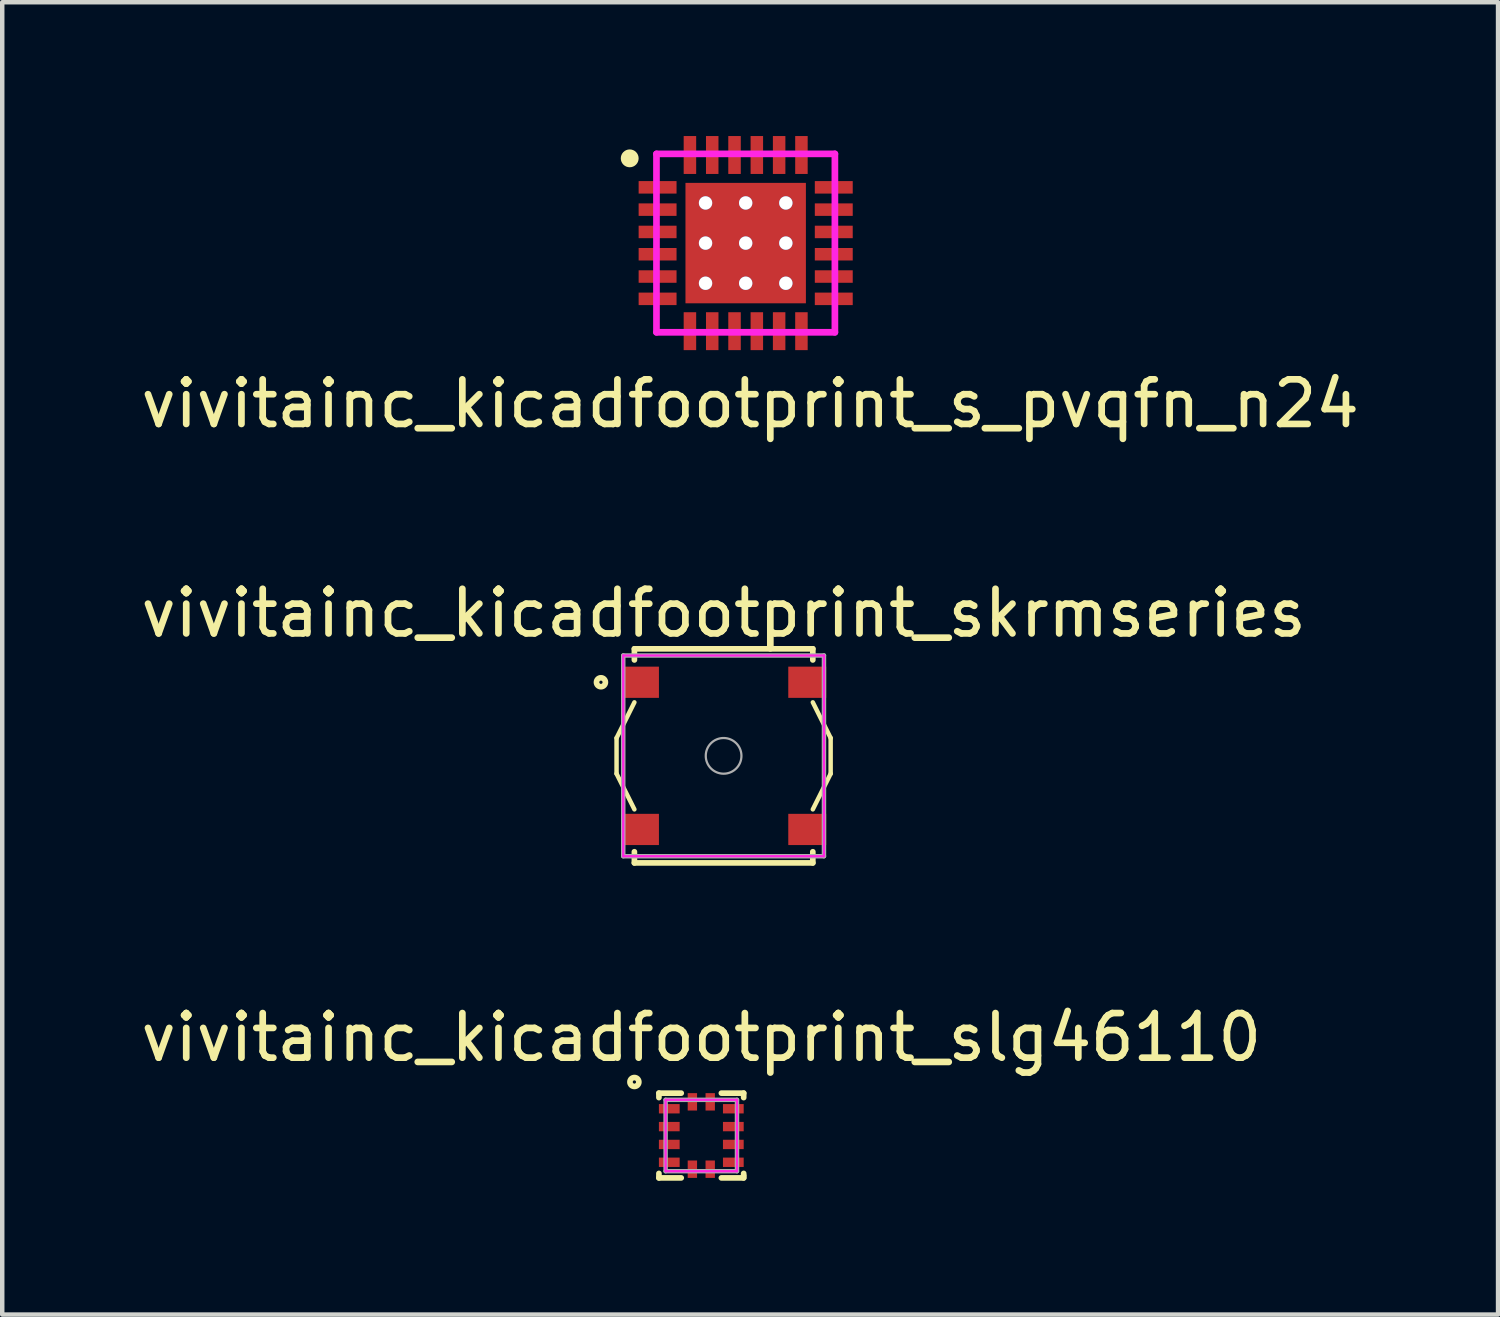
<source format=kicad_pcb>
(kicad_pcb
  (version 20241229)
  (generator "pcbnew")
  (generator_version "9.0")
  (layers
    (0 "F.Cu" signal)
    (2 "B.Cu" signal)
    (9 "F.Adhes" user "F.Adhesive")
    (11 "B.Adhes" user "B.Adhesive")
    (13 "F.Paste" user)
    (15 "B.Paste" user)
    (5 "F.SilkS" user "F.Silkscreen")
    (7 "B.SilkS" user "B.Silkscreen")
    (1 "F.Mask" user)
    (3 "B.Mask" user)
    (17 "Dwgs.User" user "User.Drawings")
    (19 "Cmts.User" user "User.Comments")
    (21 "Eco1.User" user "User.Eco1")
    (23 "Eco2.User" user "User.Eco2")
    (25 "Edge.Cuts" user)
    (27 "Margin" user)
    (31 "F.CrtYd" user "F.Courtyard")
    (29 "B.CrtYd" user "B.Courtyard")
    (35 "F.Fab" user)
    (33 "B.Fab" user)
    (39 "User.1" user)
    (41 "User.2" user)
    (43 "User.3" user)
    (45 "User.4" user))
  (footprint "vivitainc_kicadfootprint_s_pvqfn_n24"
    (layer "F.Cu")
    (at 13.668 2.4)
    (property "Reference" "vivitainc_kicadfootprint_s_pvqfn_n24" (at 0.1 3.6 0) (layer "F.SilkS") (effects (font (size 1 1) (thickness 0.15))))
    (attr smd)
    (fp_circle (center -2.6 -1.9) (end -2.6 -2) (stroke (width 0.2) (type solid)) (fill no) (layer "F.SilkS"))
    (fp_line (start -2 -2) (end 2 -2) (stroke (width 0.15) (type solid)) (layer "F.CrtYd"))
    (fp_line (start -2 2) (end -2 -2) (stroke (width 0.15) (type solid)) (layer "F.CrtYd"))
    (fp_line (start 2 -2) (end 2 2) (stroke (width 0.15) (type solid)) (layer "F.CrtYd"))
    (fp_line (start 2 2) (end -2 2) (stroke (width 0.15) (type solid)) (layer "F.CrtYd"))
    (pad "1" smd rect (at -1.975 -1.25) (size 0.85 0.28) (layers "F.Cu" "F.Mask" "F.Paste"))
    (pad "2" smd rect (at -1.975 -0.75) (size 0.85 0.28) (layers "F.Cu" "F.Mask" "F.Paste"))
    (pad "3" smd rect (at -1.975 -0.25) (size 0.85 0.28) (layers "F.Cu" "F.Mask" "F.Paste"))
    (pad "4" smd rect (at -1.975 0.25) (size 0.85 0.28) (layers "F.Cu" "F.Mask" "F.Paste"))
    (pad "5" smd rect (at -1.975 0.75) (size 0.85 0.28) (layers "F.Cu" "F.Mask" "F.Paste"))
    (pad "6" smd rect (at -1.975 1.25) (size 0.85 0.28) (layers "F.Cu" "F.Mask" "F.Paste"))
    (pad "7" smd rect (at -1.25 1.975) (size 0.28 0.85) (layers "F.Cu" "F.Mask" "F.Paste"))
    (pad "8" smd rect (at -0.75 1.975) (size 0.28 0.85) (layers "F.Cu" "F.Mask" "F.Paste"))
    (pad "9" smd rect (at -0.25 1.975) (size 0.28 0.85) (layers "F.Cu" "F.Mask" "F.Paste"))
    (pad "10" smd rect (at 0.25 1.975) (size 0.28 0.85) (layers "F.Cu" "F.Mask" "F.Paste"))
    (pad "11" smd rect (at 0.75 1.975) (size 0.28 0.85) (layers "F.Cu" "F.Mask" "F.Paste"))
    (pad "12" smd rect (at 1.25 1.975) (size 0.28 0.85) (layers "F.Cu" "F.Mask" "F.Paste"))
    (pad "13" smd rect (at 1.975 1.25) (size 0.85 0.28) (layers "F.Cu" "F.Mask" "F.Paste"))
    (pad "14" smd rect (at 1.975 0.75) (size 0.85 0.28) (layers "F.Cu" "F.Mask" "F.Paste"))
    (pad "15" smd rect (at 1.975 0.25) (size 0.85 0.28) (layers "F.Cu" "F.Mask" "F.Paste"))
    (pad "16" smd rect (at 1.975 -0.25) (size 0.85 0.28) (layers "F.Cu" "F.Mask" "F.Paste"))
    (pad "17" smd rect (at 1.975 -0.75) (size 0.85 0.28) (layers "F.Cu" "F.Mask" "F.Paste"))
    (pad "18" smd rect (at 1.975 -1.25) (size 0.85 0.28) (layers "F.Cu" "F.Mask" "F.Paste"))
    (pad "19" smd rect (at 1.25 -1.975) (size 0.28 0.85) (layers "F.Cu" "F.Mask" "F.Paste"))
    (pad "20" smd rect (at 0.75 -1.975) (size 0.28 0.85) (layers "F.Cu" "F.Mask" "F.Paste"))
    (pad "21" smd rect (at 0.25 -1.975) (size 0.28 0.85) (layers "F.Cu" "F.Mask" "F.Paste"))
    (pad "22" smd rect (at -0.25 -1.975) (size 0.28 0.85) (layers "F.Cu" "F.Mask" "F.Paste"))
    (pad "23" smd rect (at -0.75 -1.975) (size 0.28 0.85) (layers "F.Cu" "F.Mask" "F.Paste"))
    (pad "24" smd rect (at -1.25 -1.975) (size 0.28 0.85) (layers "F.Cu" "F.Mask" "F.Paste"))
    (pad "25" thru_hole circle (at -0.9 -0.9) (size 0.3 0.3) (drill 0.3) (layers "*.Cu" "*.Mask"))
    (pad "25" thru_hole circle (at -0.9 0) (size 0.3 0.3) (drill 0.3) (layers "*.Cu" "*.Mask"))
    (pad "25" thru_hole circle (at -0.9 0.9) (size 0.3 0.3) (drill 0.3) (layers "*.Cu" "*.Mask"))
    (pad "25" thru_hole circle (at 0 -0.9) (size 0.3 0.3) (drill 0.3) (layers "*.Cu" "*.Mask"))
    (pad "25" thru_hole circle (at 0 0) (size 0.3 0.3) (drill 0.3) (layers "*.Cu" "*.Mask"))
    (pad "25" smd rect (at 0 0) (size 2.7 2.7) (layers "F.Cu" "F.Mask" "F.Paste"))
    (pad "25" thru_hole circle (at 0 0.9) (size 0.3 0.3) (drill 0.3) (layers "*.Cu" "*.Mask"))
    (pad "25" thru_hole circle (at 0.9 -0.9) (size 0.3 0.3) (drill 0.3) (layers "*.Cu" "*.Mask"))
    (pad "25" thru_hole circle (at 0.9 0) (size 0.3 0.3) (drill 0.3) (layers "*.Cu" "*.Mask"))
    (pad "25" thru_hole circle (at 0.9 0.9) (size 0.3 0.3) (drill 0.3) (layers "*.Cu" "*.Mask")))
  (footprint "vivitainc_kicadfootprint_slg46110"
    (layer "F.Cu")
    (at 12.673 22.408)
    (property "Reference" "vivitainc_kicadfootprint_slg46110" (at 0 -2.2 0) (layer "F.SilkS") (effects (font (size 1 1) (thickness 0.15))))
    (attr smd)
    (fp_line (start -0.95 -0.95) (end -0.45 -0.95) (stroke (width 0.127) (type solid)) (layer "F.SilkS"))
    (fp_line (start -0.95 -0.85) (end -0.95 -0.95) (stroke (width 0.127) (type solid)) (layer "F.SilkS"))
    (fp_line (start -0.95 0.95) (end -0.95 0.85) (stroke (width 0.127) (type solid)) (layer "F.SilkS"))
    (fp_line (start -0.45 0.95) (end -0.95 0.95) (stroke (width 0.127) (type solid)) (layer "F.SilkS"))
    (fp_line (start 0.45 -0.95) (end 0.95 -0.95) (stroke (width 0.127) (type solid)) (layer "F.SilkS"))
    (fp_line (start 0.95 -0.95) (end 0.95 -0.85) (stroke (width 0.127) (type solid)) (layer "F.SilkS"))
    (fp_line (start 0.95 0.85) (end 0.95 0.9) (stroke (width 0.127) (type solid)) (layer "F.SilkS"))
    (fp_line (start 0.95 0.9) (end 0.95 0.95) (stroke (width 0.127) (type solid)) (layer "F.SilkS"))
    (fp_line (start 0.95 0.95) (end 0.45 0.95) (stroke (width 0.127) (type solid)) (layer "F.SilkS"))
    (fp_circle (center -1.5 -1.2) (end -1.5 -1.1) (stroke (width 0.127) (type solid)) (fill no) (layer "F.SilkS"))
    (fp_line (start -0.8 -0.8) (end 0.8 -0.8) (stroke (width 0.05) (type solid)) (layer "F.CrtYd"))
    (fp_line (start -0.8 0.8) (end -0.8 -0.8) (stroke (width 0.05) (type solid)) (layer "F.CrtYd"))
    (fp_line (start 0.8 -0.8) (end 0.8 0.8) (stroke (width 0.05) (type solid)) (layer "F.CrtYd"))
    (fp_line (start 0.8 0.8) (end -0.8 0.8) (stroke (width 0.05) (type solid)) (layer "F.CrtYd"))
    (fp_line (start -0.8 -0.8) (end -0.8 0.8) (stroke (width 0.1) (type solid)) (layer "F.Fab"))
    (fp_line (start -0.8 0.8) (end 0.8 0.8) (stroke (width 0.1) (type solid)) (layer "F.Fab"))
    (fp_line (start 0.8 -0.8) (end -0.8 -0.8) (stroke (width 0.1) (type solid)) (layer "F.Fab"))
    (fp_line (start 0.8 0.8) (end 0.8 -0.8) (stroke (width 0.1) (type solid)) (layer "F.Fab"))
    (pad "1" smd rect (at -0.718 -0.6) (size 0.465 0.21) (layers "F.Cu" "F.Mask" "F.Paste"))
    (pad "2" smd rect (at -0.718 -0.2) (size 0.465 0.21) (layers "F.Cu" "F.Mask" "F.Paste"))
    (pad "3" smd rect (at -0.718 0.2) (size 0.465 0.21) (layers "F.Cu" "F.Mask" "F.Paste"))
    (pad "4" smd rect (at -0.718 0.6) (size 0.465 0.21) (layers "F.Cu" "F.Mask" "F.Paste"))
    (pad "5" smd rect (at -0.2 0.755) (size 0.21 0.39) (layers "F.Cu" "F.Mask" "F.Paste"))
    (pad "6" smd rect (at 0.2 0.755) (size 0.21 0.39) (layers "F.Cu" "F.Mask" "F.Paste"))
    (pad "7" smd rect (at 0.718 0.6) (size 0.465 0.21) (layers "F.Cu" "F.Mask" "F.Paste"))
    (pad "8" smd rect (at 0.718 0.2) (size 0.465 0.21) (layers "F.Cu" "F.Mask" "F.Paste"))
    (pad "9" smd rect (at 0.718 -0.2) (size 0.465 0.21) (layers "F.Cu" "F.Mask" "F.Paste"))
    (pad "10" smd rect (at 0.718 -0.6) (size 0.465 0.21) (layers "F.Cu" "F.Mask" "F.Paste"))
    (pad "11" smd rect (at 0.2 -0.755) (size 0.21 0.39) (layers "F.Cu" "F.Mask" "F.Paste"))
    (pad "12" smd rect (at -0.2 -0.755) (size 0.21 0.39) (layers "F.Cu" "F.Mask" "F.Paste")))
  (footprint "vivitainc_kicadfootprint_skrmseries"
    (layer "F.Cu")
    (at 13.173 13.896)
    (property "Reference" "vivitainc_kicadfootprint_skrmseries" (at 0 -3.2 0) (layer "F.SilkS") (effects (font (size 1 1) (thickness 0.15))))
    (attr smd)
    (fp_line (start -2.4 -0.4) (end -2.4 0.4) (stroke (width 0.1) (type solid)) (layer "F.SilkS"))
    (fp_line (start -2.4 0.4) (end -2 1.2) (stroke (width 0.1) (type solid)) (layer "F.SilkS"))
    (fp_line (start -2 -2.4) (end 2 -2.4) (stroke (width 0.127) (type solid)) (layer "F.SilkS"))
    (fp_line (start -2 -2.15) (end -2 -2.4) (stroke (width 0.127) (type solid)) (layer "F.SilkS"))
    (fp_line (start -2 -1.2) (end -2.4 -0.4) (stroke (width 0.1) (type solid)) (layer "F.SilkS"))
    (fp_line (start -2 2.4) (end -2 2.15) (stroke (width 0.127) (type solid)) (layer "F.SilkS"))
    (fp_line (start 2 -2.4) (end 2 -2.15) (stroke (width 0.127) (type solid)) (layer "F.SilkS"))
    (fp_line (start 2 -1.2) (end 2.4 -0.4) (stroke (width 0.1) (type solid)) (layer "F.SilkS"))
    (fp_line (start 2 2.15) (end 2 2.4) (stroke (width 0.127) (type solid)) (layer "F.SilkS"))
    (fp_line (start 2 2.4) (end -2 2.4) (stroke (width 0.127) (type solid)) (layer "F.SilkS"))
    (fp_line (start 2.4 -0.4) (end 2.4 0.4) (stroke (width 0.1) (type solid)) (layer "F.SilkS"))
    (fp_line (start 2.4 0.4) (end 2 1.2) (stroke (width 0.1) (type solid)) (layer "F.SilkS"))
    (fp_circle (center -2.75 -1.65) (end -2.65 -1.65) (stroke (width 0.127) (type solid)) (fill no) (layer "F.SilkS"))
    (fp_line (start -2.25 -2.25) (end 2.25 -2.25) (stroke (width 0.05) (type solid)) (layer "F.CrtYd"))
    (fp_line (start -2.25 2.25) (end -2.25 -2.25) (stroke (width 0.05) (type solid)) (layer "F.CrtYd"))
    (fp_line (start 2.25 -2.25) (end 2.25 2.25) (stroke (width 0.05) (type solid)) (layer "F.CrtYd"))
    (fp_line (start 2.25 2.25) (end -2.25 2.25) (stroke (width 0.05) (type solid)) (layer "F.CrtYd"))
    (fp_line (start -2.25 -2.25) (end -2.25 2.25) (stroke (width 0.1) (type solid)) (layer "F.Fab"))
    (fp_line (start -2.25 2.25) (end 2.25 2.25) (stroke (width 0.1) (type solid)) (layer "F.Fab"))
    (fp_line (start 2.25 -2.25) (end -2.25 -2.25) (stroke (width 0.1) (type solid)) (layer "F.Fab"))
    (fp_line (start 2.25 2.25) (end 2.25 -2.25) (stroke (width 0.1) (type solid)) (layer "F.Fab"))
    (fp_circle (center 0 0) (end 0 0.4) (stroke (width 0.05) (type solid)) (fill no) (layer "F.Fab"))
    (pad "1" smd rect (at -1.875 -1.65) (size 0.85 0.7) (layers "F.Cu" "F.Mask" "F.Paste"))
    (pad "2" smd rect (at -1.875 1.65) (size 0.85 0.7) (layers "F.Cu" "F.Mask" "F.Paste"))
    (pad "3" smd rect (at 1.875 -1.65) (size 0.85 0.7) (layers "F.Cu" "F.Mask" "F.Paste"))
    (pad "4" smd rect (at 1.875 1.65) (size 0.85 0.7) (layers "F.Cu" "F.Mask" "F.Paste")))
  (gr_rect
    (start -3 -3)
    (end 30.536 26.422)
    (stroke (width 0.1) (type default))
    (fill no)
    (layer "Edge.Cuts")))
</source>
